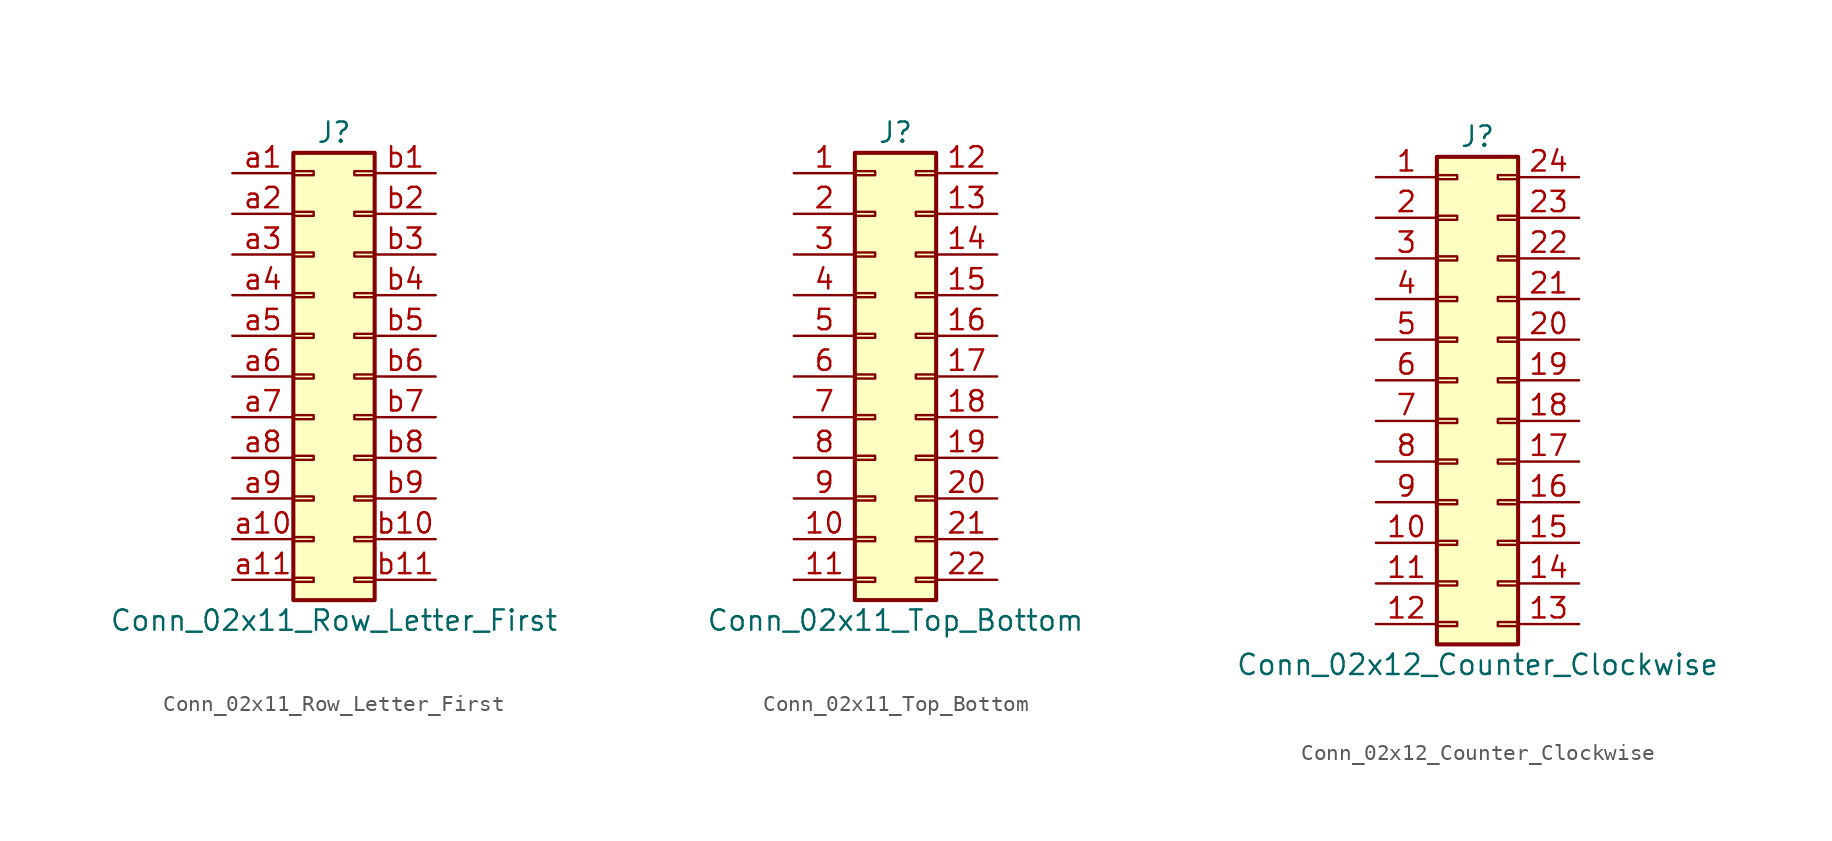
<source format=kicad_sym>
(kicad_symbol_lib
  (version 20201005)
  (generator kicad_symbol_editor)
  (symbol "Conn_02x11_Row_Letter_First"
    (pin_names
      (offset 1.016) hide)
    (property "Reference" "J"
      (at 1.27 15.24 0)
      (effects (font (size 1.27 1.27))))
    (property "Value" "Conn_02x11_Row_Letter_First"
      (at 1.27 -15.24 0)
      (effects (font (size 1.27 1.27))))
    (symbol "Conn_02x11_Row_Letter_First_1_1"
      (rectangle (start -1.27 -12.573) (end 0 -12.827) (stroke (width 0.152)) (fill (type none)))
      (rectangle (start -1.27 -10.033) (end 0 -10.287) (stroke (width 0.152)) (fill (type none)))
      (rectangle (start -1.27 -7.493) (end 0 -7.747) (stroke (width 0.152)) (fill (type none)))
      (rectangle (start -1.27 -4.953) (end 0 -5.207) (stroke (width 0.152)) (fill (type none)))
      (rectangle (start -1.27 -2.413) (end 0 -2.667) (stroke (width 0.152)) (fill (type none)))
      (rectangle (start -1.27 0.127) (end 0 -0.127) (stroke (width 0.152)) (fill (type none)))
      (rectangle (start -1.27 2.667) (end 0 2.413) (stroke (width 0.152)) (fill (type none)))
      (rectangle (start -1.27 5.207) (end 0 4.953) (stroke (width 0.152)) (fill (type none)))
      (rectangle (start -1.27 7.747) (end 0 7.493) (stroke (width 0.152)) (fill (type none)))
      (rectangle (start -1.27 10.287) (end 0 10.033) (stroke (width 0.152)) (fill (type none)))
      (rectangle (start -1.27 12.827) (end 0 12.573) (stroke (width 0.152)) (fill (type none)))
      (rectangle (start 3.81 -12.573) (end 2.54 -12.827) (stroke (width 0.152)) (fill (type none)))
      (rectangle (start 3.81 -10.033) (end 2.54 -10.287) (stroke (width 0.152)) (fill (type none)))
      (rectangle (start 3.81 -7.493) (end 2.54 -7.747) (stroke (width 0.152)) (fill (type none)))
      (rectangle (start 3.81 -4.953) (end 2.54 -5.207) (stroke (width 0.152)) (fill (type none)))
      (rectangle (start 3.81 -2.413) (end 2.54 -2.667) (stroke (width 0.152)) (fill (type none)))
      (rectangle (start 3.81 0.127) (end 2.54 -0.127) (stroke (width 0.152)) (fill (type none)))
      (rectangle (start 3.81 2.667) (end 2.54 2.413) (stroke (width 0.152)) (fill (type none)))
      (rectangle (start 3.81 5.207) (end 2.54 4.953) (stroke (width 0.152)) (fill (type none)))
      (rectangle (start 3.81 7.747) (end 2.54 7.493) (stroke (width 0.152)) (fill (type none)))
      (rectangle (start 3.81 10.287) (end 2.54 10.033) (stroke (width 0.152)) (fill (type none)))
      (rectangle (start 3.81 12.827) (end 2.54 12.573) (stroke (width 0.152)) (fill (type none)))
      (rectangle (start -1.27 13.97) (end 3.81 -13.97) (stroke (width 0.254)) (fill (type background)))
      (pin passive line (at -5.08 12.7 0) (length 3.81) (name "Pin_a1" (effects (font (size 1.27 1.27)))) (number "a1" (effects (font (size 1.27 1.27)))))
      (pin passive line (at -5.08 -10.16 0) (length 3.81) (name "Pin_a10" (effects (font (size 1.27 1.27)))) (number "a10" (effects (font (size 1.27 1.27)))))
      (pin passive line (at -5.08 -12.7 0) (length 3.81) (name "Pin_a11" (effects (font (size 1.27 1.27)))) (number "a11" (effects (font (size 1.27 1.27)))))
      (pin passive line (at -5.08 10.16 0) (length 3.81) (name "Pin_a2" (effects (font (size 1.27 1.27)))) (number "a2" (effects (font (size 1.27 1.27)))))
      (pin passive line (at -5.08 7.62 0) (length 3.81) (name "Pin_a3" (effects (font (size 1.27 1.27)))) (number "a3" (effects (font (size 1.27 1.27)))))
      (pin passive line (at -5.08 5.08 0) (length 3.81) (name "Pin_a4" (effects (font (size 1.27 1.27)))) (number "a4" (effects (font (size 1.27 1.27)))))
      (pin passive line (at -5.08 2.54 0) (length 3.81) (name "Pin_a5" (effects (font (size 1.27 1.27)))) (number "a5" (effects (font (size 1.27 1.27)))))
      (pin passive line (at -5.08 0 0) (length 3.81) (name "Pin_a6" (effects (font (size 1.27 1.27)))) (number "a6" (effects (font (size 1.27 1.27)))))
      (pin passive line (at -5.08 -2.54 0) (length 3.81) (name "Pin_a7" (effects (font (size 1.27 1.27)))) (number "a7" (effects (font (size 1.27 1.27)))))
      (pin passive line (at -5.08 -5.08 0) (length 3.81) (name "Pin_a8" (effects (font (size 1.27 1.27)))) (number "a8" (effects (font (size 1.27 1.27)))))
      (pin passive line (at -5.08 -7.62 0) (length 3.81) (name "Pin_a9" (effects (font (size 1.27 1.27)))) (number "a9" (effects (font (size 1.27 1.27)))))
      (pin passive line (at 7.62 12.7 180) (length 3.81) (name "Pin_b1" (effects (font (size 1.27 1.27)))) (number "b1" (effects (font (size 1.27 1.27)))))
      (pin passive line (at 7.62 -10.16 180) (length 3.81) (name "Pin_b10" (effects (font (size 1.27 1.27)))) (number "b10" (effects (font (size 1.27 1.27)))))
      (pin passive line (at 7.62 -12.7 180) (length 3.81) (name "Pin_b11" (effects (font (size 1.27 1.27)))) (number "b11" (effects (font (size 1.27 1.27)))))
      (pin passive line (at 7.62 10.16 180) (length 3.81) (name "Pin_b2" (effects (font (size 1.27 1.27)))) (number "b2" (effects (font (size 1.27 1.27)))))
      (pin passive line (at 7.62 7.62 180) (length 3.81) (name "Pin_b3" (effects (font (size 1.27 1.27)))) (number "b3" (effects (font (size 1.27 1.27)))))
      (pin passive line (at 7.62 5.08 180) (length 3.81) (name "Pin_b4" (effects (font (size 1.27 1.27)))) (number "b4" (effects (font (size 1.27 1.27)))))
      (pin passive line (at 7.62 2.54 180) (length 3.81) (name "Pin_b5" (effects (font (size 1.27 1.27)))) (number "b5" (effects (font (size 1.27 1.27)))))
      (pin passive line (at 7.62 0 180) (length 3.81) (name "Pin_b6" (effects (font (size 1.27 1.27)))) (number "b6" (effects (font (size 1.27 1.27)))))
      (pin passive line (at 7.62 -2.54 180) (length 3.81) (name "Pin_b7" (effects (font (size 1.27 1.27)))) (number "b7" (effects (font (size 1.27 1.27)))))
      (pin passive line (at 7.62 -5.08 180) (length 3.81) (name "Pin_b8" (effects (font (size 1.27 1.27)))) (number "b8" (effects (font (size 1.27 1.27)))))
      (pin passive line (at 7.62 -7.62 180) (length 3.81) (name "Pin_b9" (effects (font (size 1.27 1.27)))) (number "b9" (effects (font (size 1.27 1.27)))))))
  (symbol "Conn_02x11_Top_Bottom"
    (pin_names
      (offset 1.016) hide)
    (property "Reference" "J"
      (at 1.27 15.24 0)
      (effects (font (size 1.27 1.27))))
    (property "Value" "Conn_02x11_Top_Bottom"
      (at 1.27 -15.24 0)
      (effects (font (size 1.27 1.27))))
    (symbol "Conn_02x11_Top_Bottom_1_1"
      (rectangle (start -1.27 -12.573) (end 0 -12.827) (stroke (width 0.152)) (fill (type none)))
      (rectangle (start -1.27 -10.033) (end 0 -10.287) (stroke (width 0.152)) (fill (type none)))
      (rectangle (start -1.27 -7.493) (end 0 -7.747) (stroke (width 0.152)) (fill (type none)))
      (rectangle (start -1.27 -4.953) (end 0 -5.207) (stroke (width 0.152)) (fill (type none)))
      (rectangle (start -1.27 -2.413) (end 0 -2.667) (stroke (width 0.152)) (fill (type none)))
      (rectangle (start -1.27 0.127) (end 0 -0.127) (stroke (width 0.152)) (fill (type none)))
      (rectangle (start -1.27 2.667) (end 0 2.413) (stroke (width 0.152)) (fill (type none)))
      (rectangle (start -1.27 5.207) (end 0 4.953) (stroke (width 0.152)) (fill (type none)))
      (rectangle (start -1.27 7.747) (end 0 7.493) (stroke (width 0.152)) (fill (type none)))
      (rectangle (start -1.27 10.287) (end 0 10.033) (stroke (width 0.152)) (fill (type none)))
      (rectangle (start -1.27 12.827) (end 0 12.573) (stroke (width 0.152)) (fill (type none)))
      (rectangle (start 3.81 -12.573) (end 2.54 -12.827) (stroke (width 0.152)) (fill (type none)))
      (rectangle (start 3.81 -10.033) (end 2.54 -10.287) (stroke (width 0.152)) (fill (type none)))
      (rectangle (start 3.81 -7.493) (end 2.54 -7.747) (stroke (width 0.152)) (fill (type none)))
      (rectangle (start 3.81 -4.953) (end 2.54 -5.207) (stroke (width 0.152)) (fill (type none)))
      (rectangle (start 3.81 -2.413) (end 2.54 -2.667) (stroke (width 0.152)) (fill (type none)))
      (rectangle (start 3.81 0.127) (end 2.54 -0.127) (stroke (width 0.152)) (fill (type none)))
      (rectangle (start 3.81 2.667) (end 2.54 2.413) (stroke (width 0.152)) (fill (type none)))
      (rectangle (start 3.81 5.207) (end 2.54 4.953) (stroke (width 0.152)) (fill (type none)))
      (rectangle (start 3.81 7.747) (end 2.54 7.493) (stroke (width 0.152)) (fill (type none)))
      (rectangle (start 3.81 10.287) (end 2.54 10.033) (stroke (width 0.152)) (fill (type none)))
      (rectangle (start 3.81 12.827) (end 2.54 12.573) (stroke (width 0.152)) (fill (type none)))
      (rectangle (start -1.27 13.97) (end 3.81 -13.97) (stroke (width 0.254)) (fill (type background)))
      (pin passive line (at -5.08 12.7 0) (length 3.81) (name "Pin_1" (effects (font (size 1.27 1.27)))) (number "1" (effects (font (size 1.27 1.27)))))
      (pin passive line (at -5.08 -10.16 0) (length 3.81) (name "Pin_10" (effects (font (size 1.27 1.27)))) (number "10" (effects (font (size 1.27 1.27)))))
      (pin passive line (at -5.08 -12.7 0) (length 3.81) (name "Pin_11" (effects (font (size 1.27 1.27)))) (number "11" (effects (font (size 1.27 1.27)))))
      (pin passive line (at 7.62 12.7 180) (length 3.81) (name "Pin_12" (effects (font (size 1.27 1.27)))) (number "12" (effects (font (size 1.27 1.27)))))
      (pin passive line (at 7.62 10.16 180) (length 3.81) (name "Pin_13" (effects (font (size 1.27 1.27)))) (number "13" (effects (font (size 1.27 1.27)))))
      (pin passive line (at 7.62 7.62 180) (length 3.81) (name "Pin_14" (effects (font (size 1.27 1.27)))) (number "14" (effects (font (size 1.27 1.27)))))
      (pin passive line (at 7.62 5.08 180) (length 3.81) (name "Pin_15" (effects (font (size 1.27 1.27)))) (number "15" (effects (font (size 1.27 1.27)))))
      (pin passive line (at 7.62 2.54 180) (length 3.81) (name "Pin_16" (effects (font (size 1.27 1.27)))) (number "16" (effects (font (size 1.27 1.27)))))
      (pin passive line (at 7.62 0 180) (length 3.81) (name "Pin_17" (effects (font (size 1.27 1.27)))) (number "17" (effects (font (size 1.27 1.27)))))
      (pin passive line (at 7.62 -2.54 180) (length 3.81) (name "Pin_18" (effects (font (size 1.27 1.27)))) (number "18" (effects (font (size 1.27 1.27)))))
      (pin passive line (at 7.62 -5.08 180) (length 3.81) (name "Pin_19" (effects (font (size 1.27 1.27)))) (number "19" (effects (font (size 1.27 1.27)))))
      (pin passive line (at -5.08 10.16 0) (length 3.81) (name "Pin_2" (effects (font (size 1.27 1.27)))) (number "2" (effects (font (size 1.27 1.27)))))
      (pin passive line (at 7.62 -7.62 180) (length 3.81) (name "Pin_20" (effects (font (size 1.27 1.27)))) (number "20" (effects (font (size 1.27 1.27)))))
      (pin passive line (at 7.62 -10.16 180) (length 3.81) (name "Pin_21" (effects (font (size 1.27 1.27)))) (number "21" (effects (font (size 1.27 1.27)))))
      (pin passive line (at 7.62 -12.7 180) (length 3.81) (name "Pin_22" (effects (font (size 1.27 1.27)))) (number "22" (effects (font (size 1.27 1.27)))))
      (pin passive line (at -5.08 7.62 0) (length 3.81) (name "Pin_3" (effects (font (size 1.27 1.27)))) (number "3" (effects (font (size 1.27 1.27)))))
      (pin passive line (at -5.08 5.08 0) (length 3.81) (name "Pin_4" (effects (font (size 1.27 1.27)))) (number "4" (effects (font (size 1.27 1.27)))))
      (pin passive line (at -5.08 2.54 0) (length 3.81) (name "Pin_5" (effects (font (size 1.27 1.27)))) (number "5" (effects (font (size 1.27 1.27)))))
      (pin passive line (at -5.08 0 0) (length 3.81) (name "Pin_6" (effects (font (size 1.27 1.27)))) (number "6" (effects (font (size 1.27 1.27)))))
      (pin passive line (at -5.08 -2.54 0) (length 3.81) (name "Pin_7" (effects (font (size 1.27 1.27)))) (number "7" (effects (font (size 1.27 1.27)))))
      (pin passive line (at -5.08 -5.08 0) (length 3.81) (name "Pin_8" (effects (font (size 1.27 1.27)))) (number "8" (effects (font (size 1.27 1.27)))))
      (pin passive line (at -5.08 -7.62 0) (length 3.81) (name "Pin_9" (effects (font (size 1.27 1.27)))) (number "9" (effects (font (size 1.27 1.27)))))))
  (symbol "Conn_02x12_Counter_Clockwise"
    (pin_names
      (offset 1.016) hide)
    (property "Reference" "J"
      (at 1.27 15.24 0)
      (effects (font (size 1.27 1.27))))
    (property "Value" "Conn_02x12_Counter_Clockwise"
      (at 1.27 -17.78 0)
      (effects (font (size 1.27 1.27))))
    (symbol "Conn_02x12_Counter_Clockwise_1_1"
      (rectangle (start -1.27 -15.113) (end 0 -15.367) (stroke (width 0.152)) (fill (type none)))
      (rectangle (start -1.27 -12.573) (end 0 -12.827) (stroke (width 0.152)) (fill (type none)))
      (rectangle (start -1.27 -10.033) (end 0 -10.287) (stroke (width 0.152)) (fill (type none)))
      (rectangle (start -1.27 -7.493) (end 0 -7.747) (stroke (width 0.152)) (fill (type none)))
      (rectangle (start -1.27 -4.953) (end 0 -5.207) (stroke (width 0.152)) (fill (type none)))
      (rectangle (start -1.27 -2.413) (end 0 -2.667) (stroke (width 0.152)) (fill (type none)))
      (rectangle (start -1.27 0.127) (end 0 -0.127) (stroke (width 0.152)) (fill (type none)))
      (rectangle (start -1.27 2.667) (end 0 2.413) (stroke (width 0.152)) (fill (type none)))
      (rectangle (start -1.27 5.207) (end 0 4.953) (stroke (width 0.152)) (fill (type none)))
      (rectangle (start -1.27 7.747) (end 0 7.493) (stroke (width 0.152)) (fill (type none)))
      (rectangle (start -1.27 10.287) (end 0 10.033) (stroke (width 0.152)) (fill (type none)))
      (rectangle (start -1.27 12.827) (end 0 12.573) (stroke (width 0.152)) (fill (type none)))
      (rectangle (start 3.81 -15.113) (end 2.54 -15.367) (stroke (width 0.152)) (fill (type none)))
      (rectangle (start 3.81 -12.573) (end 2.54 -12.827) (stroke (width 0.152)) (fill (type none)))
      (rectangle (start 3.81 -10.033) (end 2.54 -10.287) (stroke (width 0.152)) (fill (type none)))
      (rectangle (start 3.81 -7.493) (end 2.54 -7.747) (stroke (width 0.152)) (fill (type none)))
      (rectangle (start 3.81 -4.953) (end 2.54 -5.207) (stroke (width 0.152)) (fill (type none)))
      (rectangle (start 3.81 -2.413) (end 2.54 -2.667) (stroke (width 0.152)) (fill (type none)))
      (rectangle (start 3.81 0.127) (end 2.54 -0.127) (stroke (width 0.152)) (fill (type none)))
      (rectangle (start 3.81 2.667) (end 2.54 2.413) (stroke (width 0.152)) (fill (type none)))
      (rectangle (start 3.81 5.207) (end 2.54 4.953) (stroke (width 0.152)) (fill (type none)))
      (rectangle (start 3.81 7.747) (end 2.54 7.493) (stroke (width 0.152)) (fill (type none)))
      (rectangle (start 3.81 10.287) (end 2.54 10.033) (stroke (width 0.152)) (fill (type none)))
      (rectangle (start 3.81 12.827) (end 2.54 12.573) (stroke (width 0.152)) (fill (type none)))
      (rectangle (start -1.27 13.97) (end 3.81 -16.51) (stroke (width 0.254)) (fill (type background)))
      (pin passive line (at -5.08 12.7 0) (length 3.81) (name "Pin_1" (effects (font (size 1.27 1.27)))) (number "1" (effects (font (size 1.27 1.27)))))
      (pin passive line (at -5.08 -10.16 0) (length 3.81) (name "Pin_10" (effects (font (size 1.27 1.27)))) (number "10" (effects (font (size 1.27 1.27)))))
      (pin passive line (at -5.08 -12.7 0) (length 3.81) (name "Pin_11" (effects (font (size 1.27 1.27)))) (number "11" (effects (font (size 1.27 1.27)))))
      (pin passive line (at -5.08 -15.24 0) (length 3.81) (name "Pin_12" (effects (font (size 1.27 1.27)))) (number "12" (effects (font (size 1.27 1.27)))))
      (pin passive line (at 7.62 -15.24 180) (length 3.81) (name "Pin_13" (effects (font (size 1.27 1.27)))) (number "13" (effects (font (size 1.27 1.27)))))
      (pin passive line (at 7.62 -12.7 180) (length 3.81) (name "Pin_14" (effects (font (size 1.27 1.27)))) (number "14" (effects (font (size 1.27 1.27)))))
      (pin passive line (at 7.62 -10.16 180) (length 3.81) (name "Pin_15" (effects (font (size 1.27 1.27)))) (number "15" (effects (font (size 1.27 1.27)))))
      (pin passive line (at 7.62 -7.62 180) (length 3.81) (name "Pin_16" (effects (font (size 1.27 1.27)))) (number "16" (effects (font (size 1.27 1.27)))))
      (pin passive line (at 7.62 -5.08 180) (length 3.81) (name "Pin_17" (effects (font (size 1.27 1.27)))) (number "17" (effects (font (size 1.27 1.27)))))
      (pin passive line (at 7.62 -2.54 180) (length 3.81) (name "Pin_18" (effects (font (size 1.27 1.27)))) (number "18" (effects (font (size 1.27 1.27)))))
      (pin passive line (at 7.62 0 180) (length 3.81) (name "Pin_19" (effects (font (size 1.27 1.27)))) (number "19" (effects (font (size 1.27 1.27)))))
      (pin passive line (at -5.08 10.16 0) (length 3.81) (name "Pin_2" (effects (font (size 1.27 1.27)))) (number "2" (effects (font (size 1.27 1.27)))))
      (pin passive line (at 7.62 2.54 180) (length 3.81) (name "Pin_20" (effects (font (size 1.27 1.27)))) (number "20" (effects (font (size 1.27 1.27)))))
      (pin passive line (at 7.62 5.08 180) (length 3.81) (name "Pin_21" (effects (font (size 1.27 1.27)))) (number "21" (effects (font (size 1.27 1.27)))))
      (pin passive line (at 7.62 7.62 180) (length 3.81) (name "Pin_22" (effects (font (size 1.27 1.27)))) (number "22" (effects (font (size 1.27 1.27)))))
      (pin passive line (at 7.62 10.16 180) (length 3.81) (name "Pin_23" (effects (font (size 1.27 1.27)))) (number "23" (effects (font (size 1.27 1.27)))))
      (pin passive line (at 7.62 12.7 180) (length 3.81) (name "Pin_24" (effects (font (size 1.27 1.27)))) (number "24" (effects (font (size 1.27 1.27)))))
      (pin passive line (at -5.08 7.62 0) (length 3.81) (name "Pin_3" (effects (font (size 1.27 1.27)))) (number "3" (effects (font (size 1.27 1.27)))))
      (pin passive line (at -5.08 5.08 0) (length 3.81) (name "Pin_4" (effects (font (size 1.27 1.27)))) (number "4" (effects (font (size 1.27 1.27)))))
      (pin passive line (at -5.08 2.54 0) (length 3.81) (name "Pin_5" (effects (font (size 1.27 1.27)))) (number "5" (effects (font (size 1.27 1.27)))))
      (pin passive line (at -5.08 0 0) (length 3.81) (name "Pin_6" (effects (font (size 1.27 1.27)))) (number "6" (effects (font (size 1.27 1.27)))))
      (pin passive line (at -5.08 -2.54 0) (length 3.81) (name "Pin_7" (effects (font (size 1.27 1.27)))) (number "7" (effects (font (size 1.27 1.27)))))
      (pin passive line (at -5.08 -5.08 0) (length 3.81) (name "Pin_8" (effects (font (size 1.27 1.27)))) (number "8" (effects (font (size 1.27 1.27)))))
      (pin passive line (at -5.08 -7.62 0) (length 3.81) (name "Pin_9" (effects (font (size 1.27 1.27)))) (number "9" (effects (font (size 1.27 1.27))))))))
</source>
